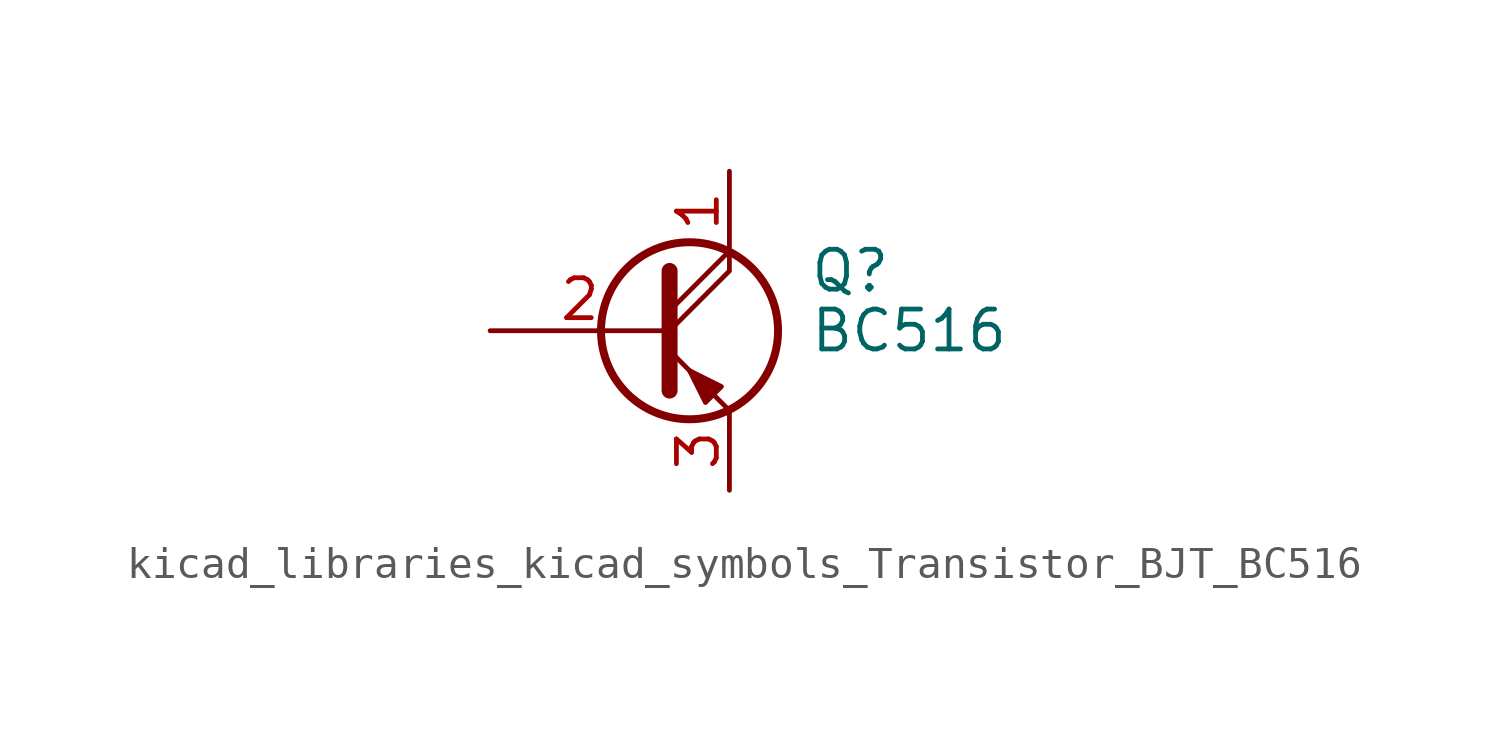
<source format=kicad_sym>
(kicad_symbol_lib
  (version 20220914)
  (generator kicad_symbol_editor)
  (symbol "kicad_libraries_kicad_symbols_Transistor_BJT_BC516"
    (pin_names
      (offset 0) hide)
    (property "Reference" "Q"
      (at 5.08 1.905 0)
      (effects (font (size 1.27 1.27)) (justify left)))
    (property "Value" "BC516"
      (at 5.08 0 0)
      (effects (font (size 1.27 1.27)) (justify left)))
    (symbol "kicad_libraries_kicad_symbols_Transistor_BJT_BC516_0_1"
      (polyline (pts (xy 0.635 0.635) (xy 2.54 2.54)) (stroke (width 0) (type default)) (fill (type none)))
      (polyline (pts (xy 0.635 -0.635) (xy 2.54 -2.54) (xy 2.54 -2.54)) (stroke (width 0) (type default)) (fill (type none)))
      (polyline (pts (xy 0.635 0) (xy 2.54 1.905) (xy 2.54 2.54)) (stroke (width 0) (type default)) (fill (type none)))
      (polyline (pts (xy 0.635 1.905) (xy 0.635 -1.905) (xy 0.635 -1.905)) (stroke (width 0.508) (type default)) (fill (type none)))
      (polyline (pts (xy 2.286 -1.778) (xy 1.778 -2.286) (xy 1.27 -1.27) (xy 2.286 -1.778) (xy 2.286 -1.778)) (stroke (width 0) (type default)) (fill (type outline)))
      (circle (center 1.27 0) (radius 2.819) (stroke (width 0.254) (type default)) (fill (type none))))
    (symbol "kicad_libraries_kicad_symbols_Transistor_BJT_BC516_1_1"
      (pin passive line (at 2.54 5.08 270) (length 2.54) (name "C" (effects (font (size 1.27 1.27)))) (number "1" (effects (font (size 1.27 1.27)))))
      (pin input line (at -5.08 0 0) (length 5.715) (name "B" (effects (font (size 1.27 1.27)))) (number "2" (effects (font (size 1.27 1.27)))))
      (pin passive line (at 2.54 -5.08 90) (length 2.54) (name "E" (effects (font (size 1.27 1.27)))) (number "3" (effects (font (size 1.27 1.27))))))))
</source>
